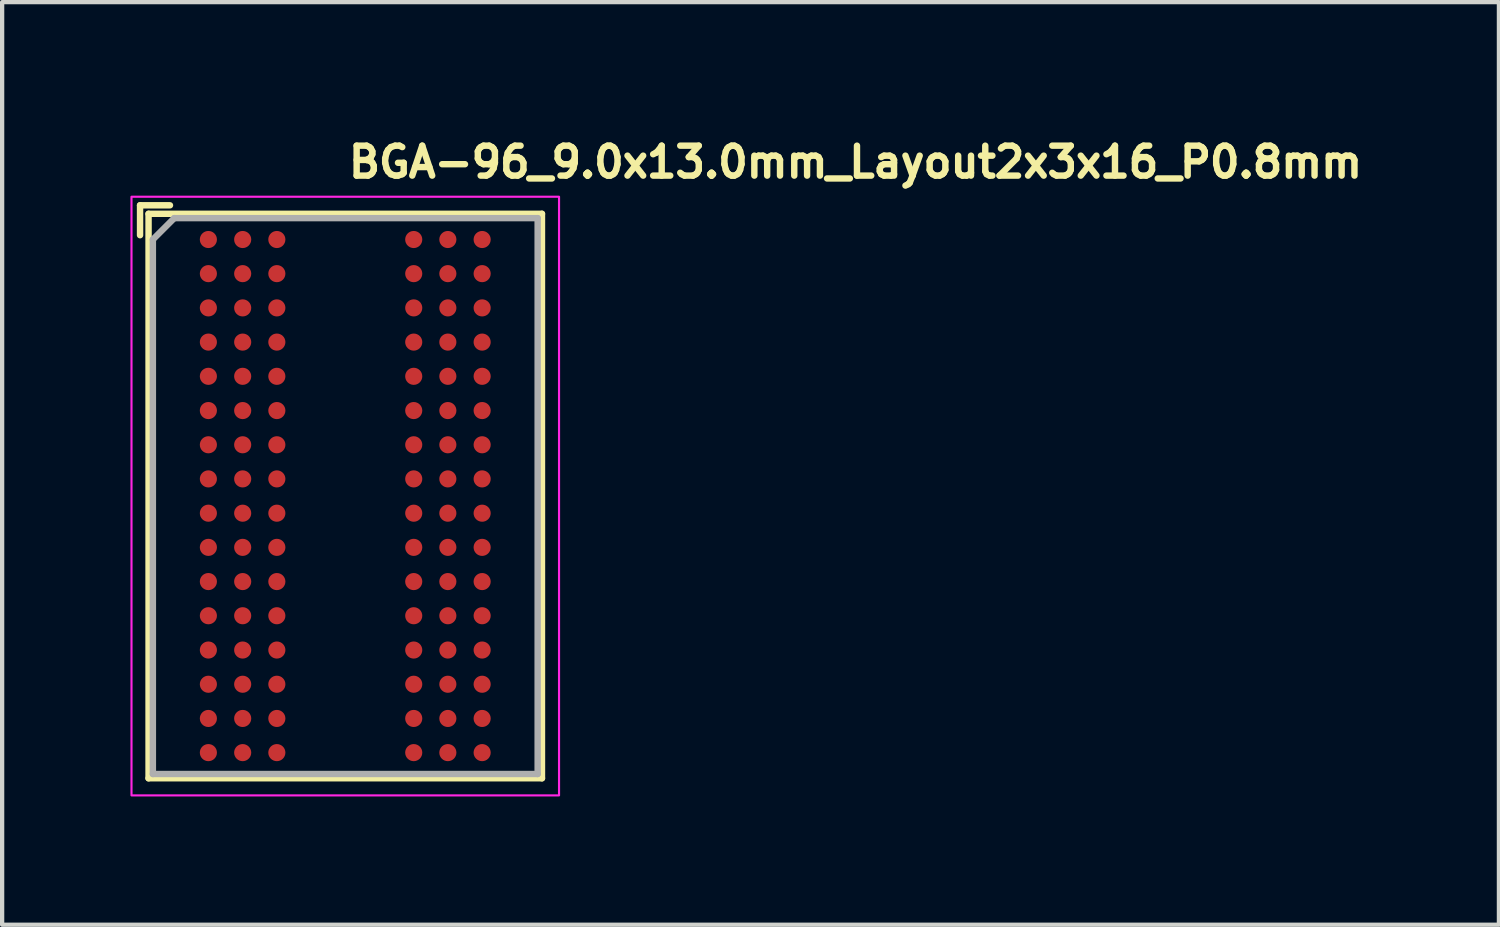
<source format=kicad_pcb>
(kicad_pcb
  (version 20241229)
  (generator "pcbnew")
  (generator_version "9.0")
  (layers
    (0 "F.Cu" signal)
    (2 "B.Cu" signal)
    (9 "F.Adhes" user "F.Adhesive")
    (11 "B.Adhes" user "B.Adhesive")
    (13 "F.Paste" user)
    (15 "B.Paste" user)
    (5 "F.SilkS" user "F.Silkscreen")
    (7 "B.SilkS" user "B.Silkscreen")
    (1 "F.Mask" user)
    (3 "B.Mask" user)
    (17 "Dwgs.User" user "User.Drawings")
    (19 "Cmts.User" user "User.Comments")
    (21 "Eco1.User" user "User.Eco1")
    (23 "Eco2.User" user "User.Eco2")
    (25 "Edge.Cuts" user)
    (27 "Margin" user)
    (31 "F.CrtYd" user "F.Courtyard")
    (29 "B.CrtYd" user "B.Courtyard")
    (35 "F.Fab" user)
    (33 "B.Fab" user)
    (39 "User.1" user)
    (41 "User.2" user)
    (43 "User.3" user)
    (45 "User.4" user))
  (footprint "BGA-96_9.0x13.0mm_Layout2x3x16_P0.8mm"
    (layer "F.Cu")
    (at 5.025 8.551)
    (property "Reference" "BGA-96_9.0x13.0mm_Layout2x3x16_P0.8mm" (at 0 -7.401 0) (layer "F.SilkS") (effects (font (size 0.7 0.7) (thickness 0.15)) (justify left bottom)))
    (attr smd)
    (fp_line (start -4.8 -6.8) (end -4.8 -6.101) (stroke (width 0.15) (type solid)) (layer "F.SilkS"))
    (fp_line (start -4.601 -6.601) (end -4.601 6.599) (stroke (width 0.15) (type solid)) (layer "F.SilkS"))
    (fp_line (start -4.601 6.599) (end 4.599 6.599) (stroke (width 0.15) (type solid)) (layer "F.SilkS"))
    (fp_line (start -4.1 -6.8) (end -4.8 -6.8) (stroke (width 0.15) (type solid)) (layer "F.SilkS"))
    (fp_line (start 4.599 -6.601) (end -4.601 -6.601) (stroke (width 0.15) (type solid)) (layer "F.SilkS"))
    (fp_line (start 4.599 6.599) (end 4.599 -6.601) (stroke (width 0.15) (type solid)) (layer "F.SilkS"))
    (fp_rect (start -5 -7) (end 4.998 6.999) (stroke (width 0.05) (type solid)) (fill no) (layer "F.CrtYd"))
    (fp_line (start -4.5 -6) (end -4.5 6.499) (stroke (width 0.15) (type solid)) (layer "F.Fab"))
    (fp_line (start -4.5 6.499) (end 4.498 6.499) (stroke (width 0.15) (type solid)) (layer "F.Fab"))
    (fp_line (start -4 -6.5) (end -4.5 -6) (stroke (width 0.15) (type solid)) (layer "F.Fab"))
    (fp_line (start 4.498 -6.5) (end -4 -6.5) (stroke (width 0.15) (type solid)) (layer "F.Fab"))
    (fp_line (start 4.498 6.499) (end 4.498 -6.5) (stroke (width 0.15) (type solid)) (layer "F.Fab"))
    (fp_rect (start -4.5 -6.5) (end 4.498 6.499) (stroke (width 0.1) (type solid)) (fill no) (layer "User.5"))
    (fp_line (start -4.5 -6.5) (end -4.5 6.499) (stroke (width 0.02) (type solid)) (layer "User.9"))
    (fp_line (start -4.5 -6.5) (end 4.498 -6.5) (stroke (width 0.02) (type solid)) (layer "User.9"))
    (fp_line (start -4.5 6.499) (end 4.498 6.499) (stroke (width 0.02) (type solid)) (layer "User.9"))
    (fp_line (start -4.22 -6.042) (end -4.22 -6.031) (stroke (width 0.02) (type solid)) (layer "User.9"))
    (fp_line (start -4.22 -6.031) (end -4.22 -6.021) (stroke (width 0.02) (type solid)) (layer "User.9"))
    (fp_line (start -4.22 -6.021) (end -4.22 -6.021) (stroke (width 0.02) (type solid)) (layer "User.9"))
    (fp_line (start -4.22 -6.021) (end -4.22 -6.01) (stroke (width 0.02) (type solid)) (layer "User.9"))
    (fp_line (start -4.22 -6.01) (end -4.22 -6) (stroke (width 0.02) (type solid)) (layer "User.9"))
    (fp_line (start -4.22 -6) (end -4.218 -5.991) (stroke (width 0.02) (type solid)) (layer "User.9"))
    (fp_line (start -4.218 -6.052) (end -4.22 -6.042) (stroke (width 0.02) (type solid)) (layer "User.9"))
    (fp_line (start -4.218 -5.991) (end -4.217 -5.981) (stroke (width 0.02) (type solid)) (layer "User.9"))
    (fp_line (start -4.217 -6.061) (end -4.218 -6.052) (stroke (width 0.02) (type solid)) (layer "User.9"))
    (fp_line (start -4.217 -5.981) (end -4.215 -5.971) (stroke (width 0.02) (type solid)) (layer "User.9"))
    (fp_line (start -4.215 -6.071) (end -4.217 -6.061) (stroke (width 0.02) (type solid)) (layer "User.9"))
    (fp_line (start -4.215 -5.971) (end -4.212 -5.962) (stroke (width 0.02) (type solid)) (layer "User.9"))
    (fp_line (start -4.212 -6.08) (end -4.215 -6.071) (stroke (width 0.02) (type solid)) (layer "User.9"))
    (fp_line (start -4.212 -5.962) (end -4.209 -5.952) (stroke (width 0.02) (type solid)) (layer "User.9"))
    (fp_line (start -4.209 -6.09) (end -4.212 -6.08) (stroke (width 0.02) (type solid)) (layer "User.9"))
    (fp_line (start -4.209 -5.952) (end -4.205 -5.944) (stroke (width 0.02) (type solid)) (layer "User.9"))
    (fp_line (start -4.205 -6.098) (end -4.209 -6.09) (stroke (width 0.02) (type solid)) (layer "User.9"))
    (fp_line (start -4.205 -5.944) (end -4.202 -5.935) (stroke (width 0.02) (type solid)) (layer "User.9"))
    (fp_line (start -4.202 -6.108) (end -4.205 -6.098) (stroke (width 0.02) (type solid)) (layer "User.9"))
    (fp_line (start -4.202 -5.935) (end -4.196 -5.925) (stroke (width 0.02) (type solid)) (layer "User.9"))
    (fp_line (start -4.196 -6.117) (end -4.202 -6.108) (stroke (width 0.02) (type solid)) (layer "User.9"))
    (fp_line (start -4.196 -5.925) (end -4.193 -5.917) (stroke (width 0.02) (type solid)) (layer "User.9"))
    (fp_line (start -4.193 -6.125) (end -4.196 -6.117) (stroke (width 0.02) (type solid)) (layer "User.9"))
    (fp_line (start -4.193 -5.917) (end -4.186 -5.909) (stroke (width 0.02) (type solid)) (layer "User.9"))
    (fp_line (start -4.186 -6.133) (end -4.193 -6.125) (stroke (width 0.02) (type solid)) (layer "User.9"))
    (fp_line (start -4.186 -5.909) (end -4.181 -5.901) (stroke (width 0.02) (type solid)) (layer "User.9"))
    (fp_line (start -4.181 -6.141) (end -4.186 -6.133) (stroke (width 0.02) (type solid)) (layer "User.9"))
    (fp_line (start -4.181 -5.901) (end -4.175 -5.893) (stroke (width 0.02) (type solid)) (layer "User.9"))
    (fp_line (start -4.175 -6.148) (end -4.181 -6.141) (stroke (width 0.02) (type solid)) (layer "User.9"))
    (fp_line (start -4.175 -5.893) (end -4.17 -5.886) (stroke (width 0.02) (type solid)) (layer "User.9"))
    (fp_line (start -4.17 -6.156) (end -4.175 -6.148) (stroke (width 0.02) (type solid)) (layer "User.9"))
    (fp_line (start -4.17 -5.886) (end -4.162 -5.88) (stroke (width 0.02) (type solid)) (layer "User.9"))
    (fp_line (start -4.162 -6.162) (end -4.17 -6.156) (stroke (width 0.02) (type solid)) (layer "User.9"))
    (fp_line (start -4.162 -5.88) (end -4.156 -5.872) (stroke (width 0.02) (type solid)) (layer "User.9"))
    (fp_line (start -4.156 -6.17) (end -4.162 -6.162) (stroke (width 0.02) (type solid)) (layer "User.9"))
    (fp_line (start -4.156 -5.872) (end -4.148 -5.867) (stroke (width 0.02) (type solid)) (layer "User.9"))
    (fp_line (start -4.148 -6.175) (end -4.156 -6.17) (stroke (width 0.02) (type solid)) (layer "User.9"))
    (fp_line (start -4.148 -5.867) (end -4.14 -5.861) (stroke (width 0.02) (type solid)) (layer "User.9"))
    (fp_line (start -4.14 -6.181) (end -4.148 -6.175) (stroke (width 0.02) (type solid)) (layer "User.9"))
    (fp_line (start -4.14 -5.861) (end -4.132 -5.856) (stroke (width 0.02) (type solid)) (layer "User.9"))
    (fp_line (start -4.132 -6.186) (end -4.14 -6.181) (stroke (width 0.02) (type solid)) (layer "User.9"))
    (fp_line (start -4.132 -5.856) (end -4.124 -5.85) (stroke (width 0.02) (type solid)) (layer "User.9"))
    (fp_line (start -4.124 -6.193) (end -4.132 -6.186) (stroke (width 0.02) (type solid)) (layer "User.9"))
    (fp_line (start -4.124 -5.85) (end -4.116 -5.845) (stroke (width 0.02) (type solid)) (layer "User.9"))
    (fp_line (start -4.116 -6.196) (end -4.124 -6.193) (stroke (width 0.02) (type solid)) (layer "User.9"))
    (fp_line (start -4.116 -5.845) (end -4.108 -5.84) (stroke (width 0.02) (type solid)) (layer "User.9"))
    (fp_line (start -4.108 -6.202) (end -4.116 -6.196) (stroke (width 0.02) (type solid)) (layer "User.9"))
    (fp_line (start -4.108 -5.84) (end -4.098 -5.837) (stroke (width 0.02) (type solid)) (layer "User.9"))
    (fp_line (start -4.098 -6.205) (end -4.108 -6.202) (stroke (width 0.02) (type solid)) (layer "User.9"))
    (fp_line (start -4.098 -5.837) (end -4.09 -5.834) (stroke (width 0.02) (type solid)) (layer "User.9"))
    (fp_line (start -4.09 -6.209) (end -4.098 -6.205) (stroke (width 0.02) (type solid)) (layer "User.9"))
    (fp_line (start -4.09 -5.834) (end -4.08 -5.829) (stroke (width 0.02) (type solid)) (layer "User.9"))
    (fp_line (start -4.08 -6.212) (end -4.09 -6.209) (stroke (width 0.02) (type solid)) (layer "User.9"))
    (fp_line (start -4.08 -5.829) (end -4.071 -5.827) (stroke (width 0.02) (type solid)) (layer "User.9"))
    (fp_line (start -4.071 -6.215) (end -4.08 -6.212) (stroke (width 0.02) (type solid)) (layer "User.9"))
    (fp_line (start -4.071 -5.827) (end -4.061 -5.826) (stroke (width 0.02) (type solid)) (layer "User.9"))
    (fp_line (start -4.061 -6.217) (end -4.071 -6.215) (stroke (width 0.02) (type solid)) (layer "User.9"))
    (fp_line (start -4.061 -5.826) (end -4.052 -5.824) (stroke (width 0.02) (type solid)) (layer "User.9"))
    (fp_line (start -4.052 -6.218) (end -4.061 -6.217) (stroke (width 0.02) (type solid)) (layer "User.9"))
    (fp_line (start -4.052 -5.824) (end -4.042 -5.822) (stroke (width 0.02) (type solid)) (layer "User.9"))
    (fp_line (start -4.042 -6.22) (end -4.052 -6.218) (stroke (width 0.02) (type solid)) (layer "User.9"))
    (fp_line (start -4.042 -5.822) (end -4.031 -5.821) (stroke (width 0.02) (type solid)) (layer "User.9"))
    (fp_line (start -4.031 -6.22) (end -4.042 -6.22) (stroke (width 0.02) (type solid)) (layer "User.9"))
    (fp_line (start -4.031 -5.821) (end -4.021 -5.821) (stroke (width 0.02) (type solid)) (layer "User.9"))
    (fp_line (start -4.021 -6.22) (end -4.031 -6.22) (stroke (width 0.02) (type solid)) (layer "User.9"))
    (fp_line (start -4.021 -6.22) (end -4.021 -6.22) (stroke (width 0.02) (type solid)) (layer "User.9"))
    (fp_line (start -4.021 -5.821) (end -4.021 -5.821) (stroke (width 0.02) (type solid)) (layer "User.9"))
    (fp_line (start -4.021 -5.821) (end -4.01 -5.821) (stroke (width 0.02) (type solid)) (layer "User.9"))
    (fp_line (start -4.01 -6.22) (end -4.021 -6.22) (stroke (width 0.02) (type solid)) (layer "User.9"))
    (fp_line (start -4.01 -5.821) (end -4 -5.822) (stroke (width 0.02) (type solid)) (layer "User.9"))
    (fp_line (start -4 -6.22) (end -4.01 -6.22) (stroke (width 0.02) (type solid)) (layer "User.9"))
    (fp_line (start -4 -5.822) (end -3.991 -5.824) (stroke (width 0.02) (type solid)) (layer "User.9"))
    (fp_line (start -3.991 -6.218) (end -4 -6.22) (stroke (width 0.02) (type solid)) (layer "User.9"))
    (fp_line (start -3.991 -5.824) (end -3.98 -5.826) (stroke (width 0.02) (type solid)) (layer "User.9"))
    (fp_line (start -3.98 -6.217) (end -3.991 -6.218) (stroke (width 0.02) (type solid)) (layer "User.9"))
    (fp_line (start -3.98 -5.826) (end -3.972 -5.827) (stroke (width 0.02) (type solid)) (layer "User.9"))
    (fp_line (start -3.972 -6.215) (end -3.98 -6.217) (stroke (width 0.02) (type solid)) (layer "User.9"))
    (fp_line (start -3.972 -5.827) (end -3.962 -5.829) (stroke (width 0.02) (type solid)) (layer "User.9"))
    (fp_line (start -3.962 -6.212) (end -3.972 -6.215) (stroke (width 0.02) (type solid)) (layer "User.9"))
    (fp_line (start -3.962 -5.829) (end -3.952 -5.834) (stroke (width 0.02) (type solid)) (layer "User.9"))
    (fp_line (start -3.952 -6.209) (end -3.962 -6.212) (stroke (width 0.02) (type solid)) (layer "User.9"))
    (fp_line (start -3.952 -5.834) (end -3.943 -5.837) (stroke (width 0.02) (type solid)) (layer "User.9"))
    (fp_line (start -3.943 -6.205) (end -3.952 -6.209) (stroke (width 0.02) (type solid)) (layer "User.9"))
    (fp_line (start -3.943 -5.837) (end -3.935 -5.84) (stroke (width 0.02) (type solid)) (layer "User.9"))
    (fp_line (start -3.935 -6.202) (end -3.943 -6.205) (stroke (width 0.02) (type solid)) (layer "User.9"))
    (fp_line (start -3.935 -5.84) (end -3.926 -5.845) (stroke (width 0.02) (type solid)) (layer "User.9"))
    (fp_line (start -3.926 -6.196) (end -3.935 -6.202) (stroke (width 0.02) (type solid)) (layer "User.9"))
    (fp_line (start -3.926 -5.845) (end -3.918 -5.85) (stroke (width 0.02) (type solid)) (layer "User.9"))
    (fp_line (start -3.918 -6.193) (end -3.926 -6.196) (stroke (width 0.02) (type solid)) (layer "User.9"))
    (fp_line (start -3.918 -5.85) (end -3.91 -5.856) (stroke (width 0.02) (type solid)) (layer "User.9"))
    (fp_line (start -3.91 -6.186) (end -3.918 -6.193) (stroke (width 0.02) (type solid)) (layer "User.9"))
    (fp_line (start -3.91 -5.856) (end -3.902 -5.861) (stroke (width 0.02) (type solid)) (layer "User.9"))
    (fp_line (start -3.902 -6.181) (end -3.91 -6.186) (stroke (width 0.02) (type solid)) (layer "User.9"))
    (fp_line (start -3.902 -5.861) (end -3.894 -5.867) (stroke (width 0.02) (type solid)) (layer "User.9"))
    (fp_line (start -3.894 -6.175) (end -3.902 -6.181) (stroke (width 0.02) (type solid)) (layer "User.9"))
    (fp_line (start -3.894 -5.867) (end -3.887 -5.872) (stroke (width 0.02) (type solid)) (layer "User.9"))
    (fp_line (start -3.887 -6.17) (end -3.894 -6.175) (stroke (width 0.02) (type solid)) (layer "User.9"))
    (fp_line (start -3.887 -5.872) (end -3.879 -5.88) (stroke (width 0.02) (type solid)) (layer "User.9"))
    (fp_line (start -3.879 -6.162) (end -3.887 -6.17) (stroke (width 0.02) (type solid)) (layer "User.9"))
    (fp_line (start -3.879 -5.88) (end -3.872 -5.886) (stroke (width 0.02) (type solid)) (layer "User.9"))
    (fp_line (start -3.872 -6.156) (end -3.879 -6.162) (stroke (width 0.02) (type solid)) (layer "User.9"))
    (fp_line (start -3.872 -5.886) (end -3.867 -5.893) (stroke (width 0.02) (type solid)) (layer "User.9"))
    (fp_line (start -3.867 -6.148) (end -3.872 -6.156) (stroke (width 0.02) (type solid)) (layer "User.9"))
    (fp_line (start -3.867 -5.893) (end -3.86 -5.901) (stroke (width 0.02) (type solid)) (layer "User.9"))
    (fp_line (start -3.86 -6.141) (end -3.867 -6.148) (stroke (width 0.02) (type solid)) (layer "User.9"))
    (fp_line (start -3.86 -5.901) (end -3.855 -5.909) (stroke (width 0.02) (type solid)) (layer "User.9"))
    (fp_line (start -3.855 -6.133) (end -3.86 -6.141) (stroke (width 0.02) (type solid)) (layer "User.9"))
    (fp_line (start -3.855 -5.909) (end -3.85 -5.917) (stroke (width 0.02) (type solid)) (layer "User.9"))
    (fp_line (start -3.85 -6.125) (end -3.855 -6.133) (stroke (width 0.02) (type solid)) (layer "User.9"))
    (fp_line (start -3.85 -5.917) (end -3.846 -5.925) (stroke (width 0.02) (type solid)) (layer "User.9"))
    (fp_line (start -3.846 -6.117) (end -3.85 -6.125) (stroke (width 0.02) (type solid)) (layer "User.9"))
    (fp_line (start -3.846 -5.925) (end -3.84 -5.935) (stroke (width 0.02) (type solid)) (layer "User.9"))
    (fp_line (start -3.84 -6.108) (end -3.846 -6.117) (stroke (width 0.02) (type solid)) (layer "User.9"))
    (fp_line (start -3.84 -5.935) (end -3.837 -5.944) (stroke (width 0.02) (type solid)) (layer "User.9"))
    (fp_line (start -3.837 -6.098) (end -3.84 -6.108) (stroke (width 0.02) (type solid)) (layer "User.9"))
    (fp_line (start -3.837 -5.944) (end -3.834 -5.952) (stroke (width 0.02) (type solid)) (layer "User.9"))
    (fp_line (start -3.834 -6.09) (end -3.837 -6.098) (stroke (width 0.02) (type solid)) (layer "User.9"))
    (fp_line (start -3.834 -5.952) (end -3.83 -5.962) (stroke (width 0.02) (type solid)) (layer "User.9"))
    (fp_line (start -3.83 -6.08) (end -3.834 -6.09) (stroke (width 0.02) (type solid)) (layer "User.9"))
    (fp_line (start -3.83 -5.962) (end -3.827 -5.971) (stroke (width 0.02) (type solid)) (layer "User.9"))
    (fp_line (start -3.827 -6.071) (end -3.83 -6.08) (stroke (width 0.02) (type solid)) (layer "User.9"))
    (fp_line (start -3.827 -5.971) (end -3.826 -5.981) (stroke (width 0.02) (type solid)) (layer "User.9"))
    (fp_line (start -3.826 -6.061) (end -3.827 -6.071) (stroke (width 0.02) (type solid)) (layer "User.9"))
    (fp_line (start -3.826 -5.981) (end -3.823 -5.991) (stroke (width 0.02) (type solid)) (layer "User.9"))
    (fp_line (start -3.823 -6.052) (end -3.826 -6.061) (stroke (width 0.02) (type solid)) (layer "User.9"))
    (fp_line (start -3.823 -5.991) (end -3.822 -6) (stroke (width 0.02) (type solid)) (layer "User.9"))
    (fp_line (start -3.822 -6.042) (end -3.823 -6.052) (stroke (width 0.02) (type solid)) (layer "User.9"))
    (fp_line (start -3.822 -6.031) (end -3.822 -6.042) (stroke (width 0.02) (type solid)) (layer "User.9"))
    (fp_line (start -3.822 -6.01) (end -3.821 -6.021) (stroke (width 0.02) (type solid)) (layer "User.9"))
    (fp_line (start -3.822 -6) (end -3.822 -6.01) (stroke (width 0.02) (type solid)) (layer "User.9"))
    (fp_line (start -3.821 -6.021) (end -3.822 -6.031) (stroke (width 0.02) (type solid)) (layer "User.9"))
    (fp_line (start -3.821 -6.021) (end -3.821 -6.021) (stroke (width 0.02) (type solid)) (layer "User.9"))
    (fp_line (start -3.821 -6.021) (end -3.821 -6.021) (stroke (width 0.02) (type solid)) (layer "User.9"))
    (fp_line (start 4.498 -6.5) (end 4.498 6.499) (stroke (width 0.02) (type solid)) (layer "User.9"))
    (pad "A1" smd circle (at -3.202 -6) (size 0.4 0.4) (layers "F.Cu" "F.Mask" "F.Paste"))
    (pad "A2" smd circle (at -2.4 -6) (size 0.4 0.4) (layers "F.Cu" "F.Mask" "F.Paste"))
    (pad "A3" smd circle (at -1.601 -6) (size 0.4 0.4) (layers "F.Cu" "F.Mask" "F.Paste"))
    (pad "A7" smd circle (at 1.6 -6) (size 0.4 0.4) (layers "F.Cu" "F.Mask" "F.Paste"))
    (pad "A8" smd circle (at 2.398 -6) (size 0.4 0.4) (layers "F.Cu" "F.Mask" "F.Paste"))
    (pad "A9" smd circle (at 3.2 -6) (size 0.4 0.4) (layers "F.Cu" "F.Mask" "F.Paste"))
    (pad "B1" smd circle (at -3.202 -5.202) (size 0.4 0.4) (layers "F.Cu" "F.Mask" "F.Paste"))
    (pad "B2" smd circle (at -2.4 -5.202) (size 0.4 0.4) (layers "F.Cu" "F.Mask" "F.Paste"))
    (pad "B3" smd circle (at -1.601 -5.202) (size 0.4 0.4) (layers "F.Cu" "F.Mask" "F.Paste"))
    (pad "B7" smd circle (at 1.6 -5.202) (size 0.4 0.4) (layers "F.Cu" "F.Mask" "F.Paste"))
    (pad "B8" smd circle (at 2.398 -5.202) (size 0.4 0.4) (layers "F.Cu" "F.Mask" "F.Paste"))
    (pad "B9" smd circle (at 3.2 -5.202) (size 0.4 0.4) (layers "F.Cu" "F.Mask" "F.Paste"))
    (pad "C1" smd circle (at -3.202 -4.401) (size 0.4 0.4) (layers "F.Cu" "F.Mask" "F.Paste"))
    (pad "C2" smd circle (at -2.4 -4.401) (size 0.4 0.4) (layers "F.Cu" "F.Mask" "F.Paste"))
    (pad "C3" smd circle (at -1.601 -4.401) (size 0.4 0.4) (layers "F.Cu" "F.Mask" "F.Paste"))
    (pad "C7" smd circle (at 1.6 -4.401) (size 0.4 0.4) (layers "F.Cu" "F.Mask" "F.Paste"))
    (pad "C8" smd circle (at 2.398 -4.401) (size 0.4 0.4) (layers "F.Cu" "F.Mask" "F.Paste"))
    (pad "C9" smd circle (at 3.2 -4.401) (size 0.4 0.4) (layers "F.Cu" "F.Mask" "F.Paste"))
    (pad "D1" smd circle (at -3.202 -3.601) (size 0.4 0.4) (layers "F.Cu" "F.Mask" "F.Paste"))
    (pad "D2" smd circle (at -2.4 -3.601) (size 0.4 0.4) (layers "F.Cu" "F.Mask" "F.Paste"))
    (pad "D3" smd circle (at -1.601 -3.601) (size 0.4 0.4) (layers "F.Cu" "F.Mask" "F.Paste"))
    (pad "D7" smd circle (at 1.6 -3.601) (size 0.4 0.4) (layers "F.Cu" "F.Mask" "F.Paste"))
    (pad "D8" smd circle (at 2.398 -3.601) (size 0.4 0.4) (layers "F.Cu" "F.Mask" "F.Paste"))
    (pad "D9" smd circle (at 3.2 -3.601) (size 0.4 0.4) (layers "F.Cu" "F.Mask" "F.Paste"))
    (pad "E1" smd circle (at -3.202 -2.801) (size 0.4 0.4) (layers "F.Cu" "F.Mask" "F.Paste"))
    (pad "E2" smd circle (at -2.4 -2.801) (size 0.4 0.4) (layers "F.Cu" "F.Mask" "F.Paste"))
    (pad "E3" smd circle (at -1.601 -2.801) (size 0.4 0.4) (layers "F.Cu" "F.Mask" "F.Paste"))
    (pad "E7" smd circle (at 1.6 -2.801) (size 0.4 0.4) (layers "F.Cu" "F.Mask" "F.Paste"))
    (pad "E8" smd circle (at 2.398 -2.801) (size 0.4 0.4) (layers "F.Cu" "F.Mask" "F.Paste"))
    (pad "E9" smd circle (at 3.2 -2.801) (size 0.4 0.4) (layers "F.Cu" "F.Mask" "F.Paste"))
    (pad "F1" smd circle (at -3.202 -2) (size 0.4 0.4) (layers "F.Cu" "F.Mask" "F.Paste"))
    (pad "F2" smd circle (at -2.4 -2) (size 0.4 0.4) (layers "F.Cu" "F.Mask" "F.Paste"))
    (pad "F3" smd circle (at -1.601 -2) (size 0.4 0.4) (layers "F.Cu" "F.Mask" "F.Paste"))
    (pad "F7" smd circle (at 1.6 -2) (size 0.4 0.4) (layers "F.Cu" "F.Mask" "F.Paste"))
    (pad "F8" smd circle (at 2.398 -2) (size 0.4 0.4) (layers "F.Cu" "F.Mask" "F.Paste"))
    (pad "F9" smd circle (at 3.2 -2) (size 0.4 0.4) (layers "F.Cu" "F.Mask" "F.Paste"))
    (pad "G1" smd circle (at -3.202 -1.2) (size 0.4 0.4) (layers "F.Cu" "F.Mask" "F.Paste"))
    (pad "G2" smd circle (at -2.4 -1.2) (size 0.4 0.4) (layers "F.Cu" "F.Mask" "F.Paste"))
    (pad "G3" smd circle (at -1.601 -1.2) (size 0.4 0.4) (layers "F.Cu" "F.Mask" "F.Paste"))
    (pad "G7" smd circle (at 1.6 -1.2) (size 0.4 0.4) (layers "F.Cu" "F.Mask" "F.Paste"))
    (pad "G8" smd circle (at 2.398 -1.2) (size 0.4 0.4) (layers "F.Cu" "F.Mask" "F.Paste"))
    (pad "G9" smd circle (at 3.2 -1.2) (size 0.4 0.4) (layers "F.Cu" "F.Mask" "F.Paste"))
    (pad "H1" smd circle (at -3.202 -0.402) (size 0.4 0.4) (layers "F.Cu" "F.Mask" "F.Paste"))
    (pad "H2" smd circle (at -2.4 -0.402) (size 0.4 0.4) (layers "F.Cu" "F.Mask" "F.Paste"))
    (pad "H3" smd circle (at -1.601 -0.402) (size 0.4 0.4) (layers "F.Cu" "F.Mask" "F.Paste"))
    (pad "H7" smd circle (at 1.6 -0.402) (size 0.4 0.4) (layers "F.Cu" "F.Mask" "F.Paste"))
    (pad "H8" smd circle (at 2.398 -0.402) (size 0.4 0.4) (layers "F.Cu" "F.Mask" "F.Paste"))
    (pad "H9" smd circle (at 3.2 -0.402) (size 0.4 0.4) (layers "F.Cu" "F.Mask" "F.Paste"))
    (pad "J1" smd circle (at -3.202 0.4) (size 0.4 0.4) (layers "F.Cu" "F.Mask" "F.Paste"))
    (pad "J2" smd circle (at -2.4 0.4) (size 0.4 0.4) (layers "F.Cu" "F.Mask" "F.Paste"))
    (pad "J3" smd circle (at -1.601 0.4) (size 0.4 0.4) (layers "F.Cu" "F.Mask" "F.Paste"))
    (pad "J7" smd circle (at 1.6 0.4) (size 0.4 0.4) (layers "F.Cu" "F.Mask" "F.Paste"))
    (pad "J8" smd circle (at 2.398 0.4) (size 0.4 0.4) (layers "F.Cu" "F.Mask" "F.Paste"))
    (pad "J9" smd circle (at 3.2 0.4) (size 0.4 0.4) (layers "F.Cu" "F.Mask" "F.Paste"))
    (pad "K1" smd circle (at -3.202 1.199) (size 0.4 0.4) (layers "F.Cu" "F.Mask" "F.Paste"))
    (pad "K2" smd circle (at -2.4 1.199) (size 0.4 0.4) (layers "F.Cu" "F.Mask" "F.Paste"))
    (pad "K3" smd circle (at -1.601 1.199) (size 0.4 0.4) (layers "F.Cu" "F.Mask" "F.Paste"))
    (pad "K7" smd circle (at 1.6 1.199) (size 0.4 0.4) (layers "F.Cu" "F.Mask" "F.Paste"))
    (pad "K8" smd circle (at 2.398 1.199) (size 0.4 0.4) (layers "F.Cu" "F.Mask" "F.Paste"))
    (pad "K9" smd circle (at 3.2 1.199) (size 0.4 0.4) (layers "F.Cu" "F.Mask" "F.Paste"))
    (pad "L1" smd circle (at -3.202 1.999) (size 0.4 0.4) (layers "F.Cu" "F.Mask" "F.Paste"))
    (pad "L2" smd circle (at -2.4 1.999) (size 0.4 0.4) (layers "F.Cu" "F.Mask" "F.Paste"))
    (pad "L3" smd circle (at -1.601 1.999) (size 0.4 0.4) (layers "F.Cu" "F.Mask" "F.Paste"))
    (pad "L7" smd circle (at 1.6 1.999) (size 0.4 0.4) (layers "F.Cu" "F.Mask" "F.Paste"))
    (pad "L8" smd circle (at 2.398 1.999) (size 0.4 0.4) (layers "F.Cu" "F.Mask" "F.Paste"))
    (pad "L9" smd circle (at 3.2 1.999) (size 0.4 0.4) (layers "F.Cu" "F.Mask" "F.Paste"))
    (pad "M1" smd circle (at -3.202 2.798) (size 0.4 0.4) (layers "F.Cu" "F.Mask" "F.Paste"))
    (pad "M2" smd circle (at -2.4 2.798) (size 0.4 0.4) (layers "F.Cu" "F.Mask" "F.Paste"))
    (pad "M3" smd circle (at -1.601 2.798) (size 0.4 0.4) (layers "F.Cu" "F.Mask" "F.Paste"))
    (pad "M7" smd circle (at 1.6 2.798) (size 0.4 0.4) (layers "F.Cu" "F.Mask" "F.Paste"))
    (pad "M8" smd circle (at 2.398 2.798) (size 0.4 0.4) (layers "F.Cu" "F.Mask" "F.Paste"))
    (pad "M9" smd circle (at 3.2 2.798) (size 0.4 0.4) (layers "F.Cu" "F.Mask" "F.Paste"))
    (pad "N1" smd circle (at -3.202 3.6) (size 0.4 0.4) (layers "F.Cu" "F.Mask" "F.Paste"))
    (pad "N2" smd circle (at -2.4 3.6) (size 0.4 0.4) (layers "F.Cu" "F.Mask" "F.Paste"))
    (pad "N3" smd circle (at -1.601 3.6) (size 0.4 0.4) (layers "F.Cu" "F.Mask" "F.Paste"))
    (pad "N7" smd circle (at 1.6 3.6) (size 0.4 0.4) (layers "F.Cu" "F.Mask" "F.Paste"))
    (pad "N8" smd circle (at 2.398 3.6) (size 0.4 0.4) (layers "F.Cu" "F.Mask" "F.Paste"))
    (pad "N9" smd circle (at 3.2 3.6) (size 0.4 0.4) (layers "F.Cu" "F.Mask" "F.Paste"))
    (pad "P1" smd circle (at -3.202 4.4) (size 0.4 0.4) (layers "F.Cu" "F.Mask" "F.Paste"))
    (pad "P2" smd circle (at -2.4 4.4) (size 0.4 0.4) (layers "F.Cu" "F.Mask" "F.Paste"))
    (pad "P3" smd circle (at -1.601 4.4) (size 0.4 0.4) (layers "F.Cu" "F.Mask" "F.Paste"))
    (pad "P7" smd circle (at 1.6 4.4) (size 0.4 0.4) (layers "F.Cu" "F.Mask" "F.Paste"))
    (pad "P8" smd circle (at 2.398 4.4) (size 0.4 0.4) (layers "F.Cu" "F.Mask" "F.Paste"))
    (pad "P9" smd circle (at 3.2 4.4) (size 0.4 0.4) (layers "F.Cu" "F.Mask" "F.Paste"))
    (pad "R1" smd circle (at -3.202 5.2) (size 0.4 0.4) (layers "F.Cu" "F.Mask" "F.Paste"))
    (pad "R2" smd circle (at -2.4 5.2) (size 0.4 0.4) (layers "F.Cu" "F.Mask" "F.Paste"))
    (pad "R3" smd circle (at -1.601 5.2) (size 0.4 0.4) (layers "F.Cu" "F.Mask" "F.Paste"))
    (pad "R7" smd circle (at 1.6 5.2) (size 0.4 0.4) (layers "F.Cu" "F.Mask" "F.Paste"))
    (pad "R8" smd circle (at 2.398 5.2) (size 0.4 0.4) (layers "F.Cu" "F.Mask" "F.Paste"))
    (pad "R9" smd circle (at 3.2 5.2) (size 0.4 0.4) (layers "F.Cu" "F.Mask" "F.Paste"))
    (pad "T1" smd circle (at -3.202 5.999) (size 0.4 0.4) (layers "F.Cu" "F.Mask" "F.Paste"))
    (pad "T2" smd circle (at -2.4 5.999) (size 0.4 0.4) (layers "F.Cu" "F.Mask" "F.Paste"))
    (pad "T3" smd circle (at -1.601 5.999) (size 0.4 0.4) (layers "F.Cu" "F.Mask" "F.Paste"))
    (pad "T7" smd circle (at 1.6 5.999) (size 0.4 0.4) (layers "F.Cu" "F.Mask" "F.Paste"))
    (pad "T8" smd circle (at 2.398 5.999) (size 0.4 0.4) (layers "F.Cu" "F.Mask" "F.Paste"))
    (pad "T9" smd circle (at 3.2 5.999) (size 0.4 0.4) (layers "F.Cu" "F.Mask" "F.Paste")))
  (gr_rect
    (start -3 -3)
    (end 32.002 18.575)
    (stroke (width 0.1) (type default))
    (fill no)
    (layer "Edge.Cuts")))
</source>
